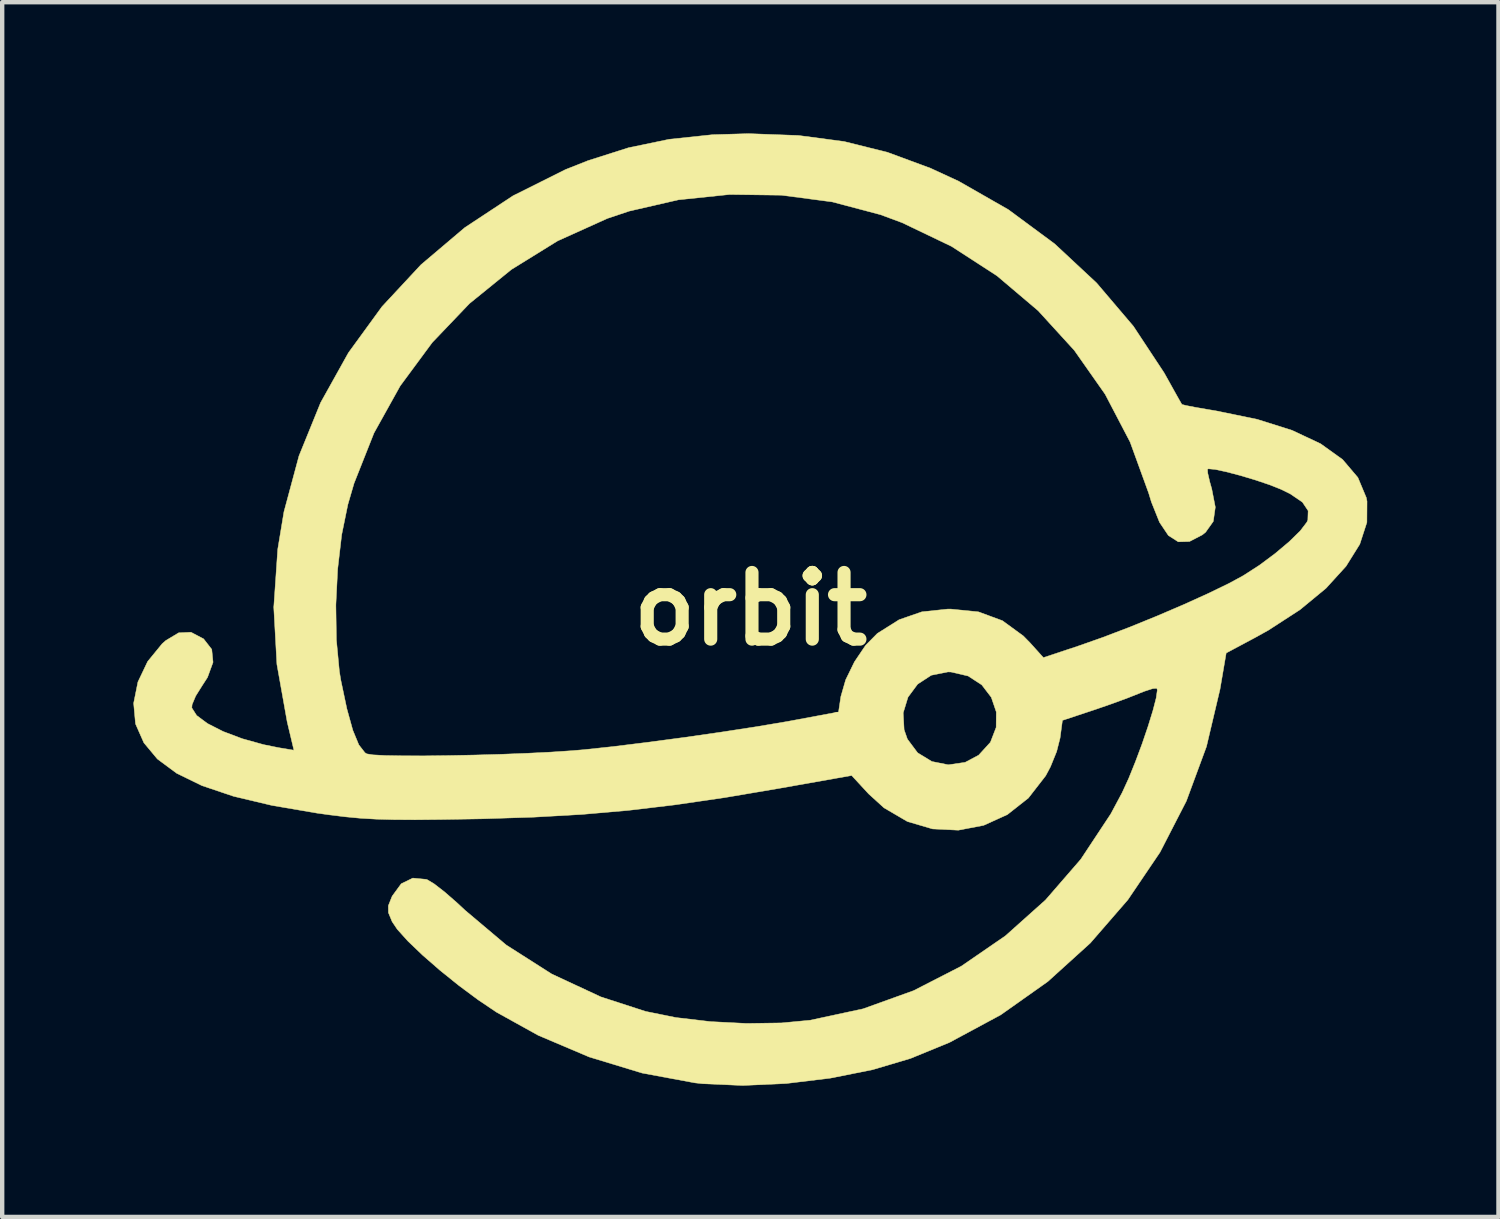
<source format=kicad_pcb>
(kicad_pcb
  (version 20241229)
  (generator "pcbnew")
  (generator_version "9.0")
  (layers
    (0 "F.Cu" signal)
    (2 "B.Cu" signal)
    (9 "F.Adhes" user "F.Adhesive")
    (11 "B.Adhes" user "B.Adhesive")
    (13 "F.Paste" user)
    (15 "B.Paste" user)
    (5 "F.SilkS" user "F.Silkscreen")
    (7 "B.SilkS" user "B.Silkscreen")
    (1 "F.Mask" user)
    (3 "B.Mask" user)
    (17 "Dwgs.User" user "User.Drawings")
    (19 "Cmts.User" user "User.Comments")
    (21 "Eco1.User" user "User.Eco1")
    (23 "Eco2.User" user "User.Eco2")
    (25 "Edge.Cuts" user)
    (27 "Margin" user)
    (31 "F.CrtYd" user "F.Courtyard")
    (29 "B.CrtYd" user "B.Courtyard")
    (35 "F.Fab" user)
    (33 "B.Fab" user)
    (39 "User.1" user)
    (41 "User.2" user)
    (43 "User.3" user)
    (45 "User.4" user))
  (footprint "orbit"
    (layer "F.Cu")
    (at 14.104 10.871)
    (property "Reference" "orbit" (at 0 0 0) (layer "F.SilkS") (effects (font (size 1.524 1.524) (thickness 0.3))))
    (attr through_hole)
    (fp_poly (pts (xy 1.1 -10.824) (xy 2.143 -10.686) (xy 3.134 -10.439) (xy 4.119 -10.075) (xy 4.76 -9.779) (xy 5.897 -9.129) (xy 6.955 -8.347) (xy 7.914 -7.453) (xy 8.755 -6.464) (xy 9.457 -5.4) (xy 9.524 -5.281) (xy 9.678 -5.004) (xy 9.797 -4.792) (xy 9.86 -4.683) (xy 9.864 -4.676) (xy 9.95 -4.653) (xy 10.165 -4.611) (xy 10.471 -4.558) (xy 10.649 -4.528) (xy 11.586 -4.335) (xy 12.382 -4.084) (xy 13.035 -3.777) (xy 13.538 -3.416) (xy 13.887 -3.005) (xy 14.079 -2.546) (xy 14.096 -2.462) (xy 14.093 -1.98) (xy 13.931 -1.481) (xy 13.616 -0.976) (xy 13.158 -0.473) (xy 12.564 0.017) (xy 11.841 0.486) (xy 11.531 0.658) (xy 10.877 1.007) (xy 10.735 1.837) (xy 10.426 3.145) (xy 9.966 4.391) (xy 9.364 5.562) (xy 8.629 6.648) (xy 7.771 7.637) (xy 6.798 8.518) (xy 5.722 9.279) (xy 4.55 9.91) (xy 3.66 10.275) (xy 2.791 10.533) (xy 1.824 10.726) (xy 0.818 10.848) (xy -0.173 10.893) (xy -1.089 10.853) (xy -1.27 10.833) (xy -2.476 10.609) (xy -3.686 10.241) (xy -4.85 9.747) (xy -5.807 9.216) (xy -6.227 8.933) (xy -6.667 8.606) (xy -7.099 8.258) (xy -7.496 7.912) (xy -7.83 7.592) (xy -8.073 7.322) (xy -8.19 7.148) (xy -8.275 6.942) (xy -8.277 6.785) (xy -8.197 6.583) (xy -8.186 6.56) (xy -7.982 6.281) (xy -7.717 6.152) (xy -7.41 6.181) (xy -7.387 6.189) (xy -7.229 6.284) (xy -6.989 6.47) (xy -6.707 6.716) (xy -6.519 6.891) (xy -5.581 7.682) (xy -4.541 8.345) (xy -3.418 8.868) (xy -2.394 9.2) (xy -1.703 9.34) (xy -0.912 9.433) (xy -0.086 9.475) (xy 0.711 9.463) (xy 1.367 9.401) (xy 2.575 9.141) (xy 3.731 8.725) (xy 4.821 8.166) (xy 5.83 7.472) (xy 6.746 6.653) (xy 7.553 5.722) (xy 8.238 4.686) (xy 8.499 4.198) (xy 8.648 3.873) (xy 8.803 3.489) (xy 8.955 3.082) (xy 9.091 2.682) (xy 9.202 2.322) (xy 9.276 2.036) (xy 9.302 1.856) (xy 9.292 1.813) (xy 9.198 1.82) (xy 9.004 1.883) (xy 8.881 1.932) (xy 8.619 2.036) (xy 8.265 2.166) (xy 7.887 2.297) (xy 7.821 2.319) (xy 7.133 2.547) (xy 7.079 2.951) (xy 7.001 3.259) (xy 6.859 3.609) (xy 6.751 3.812) (xy 6.355 4.322) (xy 5.874 4.701) (xy 5.331 4.947) (xy 4.753 5.057) (xy 4.164 5.028) (xy 3.589 4.859) (xy 3.054 4.546) (xy 2.704 4.228) (xy 2.315 3.807) (xy 0.651 4.102) (xy -0.594 4.313) (xy -1.727 4.478) (xy -2.797 4.605) (xy -3.855 4.697) (xy -4.949 4.759) (xy -6.13 4.797) (xy -6.35 4.801) (xy -7.077 4.813) (xy -7.666 4.819) (xy -8.147 4.816) (xy -8.553 4.805) (xy -8.914 4.784) (xy -9.262 4.751) (xy -9.627 4.706) (xy -9.906 4.667) (xy -10.941 4.49) (xy -11.816 4.282) (xy -12.539 4.038) (xy -13.116 3.756) (xy -13.556 3.43) (xy -13.865 3.059) (xy -14.051 2.638) (xy -14.057 2.616) (xy -14.099 2.154) (xy -14.001 1.668) (xy -13.779 1.201) (xy -13.449 0.797) (xy -13.366 0.723) (xy -13.07 0.545) (xy -12.788 0.532) (xy -12.5 0.683) (xy -12.5 0.683) (xy -12.313 0.923) (xy -12.284 1.218) (xy -12.41 1.563) (xy -12.537 1.76) (xy -12.681 1.99) (xy -12.763 2.186) (xy -12.769 2.261) (xy -12.659 2.434) (xy -12.41 2.619) (xy -12.052 2.801) (xy -11.614 2.966) (xy -11.125 3.102) (xy -10.784 3.171) (xy -10.435 3.229) (xy -10.589 2.582) (xy -10.824 1.265) (xy -10.896 -0.043) (xy -10.892 -0.091) (xy -9.476 -0.091) (xy -9.464 0.708) (xy -9.396 1.425) (xy -9.363 1.627) (xy -9.225 2.281) (xy -9.089 2.772) (xy -8.951 3.106) (xy -8.811 3.286) (xy -8.769 3.312) (xy -8.627 3.335) (xy -8.342 3.35) (xy -7.941 3.357) (xy -7.45 3.358) (xy -6.895 3.351) (xy -6.302 3.339) (xy -5.698 3.322) (xy -5.109 3.299) (xy -4.562 3.272) (xy -4.082 3.24) (xy -3.81 3.217) (xy -3.134 3.145) (xy -2.349 3.048) (xy -1.507 2.936) (xy -0.66 2.814) (xy 0.14 2.691) (xy 0.84 2.573) (xy 1.04 2.536) (xy 1.904 2.375) (xy 3.493 2.375) (xy 3.514 2.761) (xy 3.589 2.975) (xy 3.823 3.288) (xy 4.149 3.487) (xy 4.524 3.562) (xy 4.909 3.506) (xy 5.218 3.342) (xy 5.487 3.047) (xy 5.618 2.707) (xy 5.621 2.354) (xy 5.507 2.02) (xy 5.289 1.735) (xy 4.977 1.532) (xy 4.585 1.441) (xy 4.516 1.439) (xy 4.135 1.515) (xy 3.824 1.718) (xy 3.603 2.016) (xy 3.493 2.375) (xy 1.904 2.375) (xy 2.015 2.355) (xy 2.068 2.002) (xy 2.178 1.62) (xy 2.379 1.208) (xy 2.633 0.832) (xy 2.901 0.56) (xy 3.401 0.245) (xy 3.92 0.065) (xy 4.515 0.002) (xy 4.577 0.002) (xy 5.214 0.066) (xy 5.762 0.268) (xy 6.24 0.617) (xy 6.392 0.772) (xy 6.698 1.112) (xy 7.519 0.839) (xy 8.058 0.649) (xy 8.661 0.419) (xy 9.288 0.164) (xy 9.902 -0.099) (xy 10.467 -0.355) (xy 10.943 -0.586) (xy 11.267 -0.762) (xy 11.635 -0.999) (xy 11.996 -1.268) (xy 12.318 -1.539) (xy 12.571 -1.787) (xy 12.721 -1.984) (xy 12.743 -2.033) (xy 12.75 -2.246) (xy 12.619 -2.442) (xy 12.338 -2.633) (xy 12.128 -2.736) (xy 11.865 -2.84) (xy 11.542 -2.949) (xy 11.201 -3.051) (xy 10.881 -3.135) (xy 10.625 -3.19) (xy 10.472 -3.204) (xy 10.449 -3.196) (xy 10.455 -3.106) (xy 10.501 -2.906) (xy 10.546 -2.748) (xy 10.628 -2.327) (xy 10.582 -2.002) (xy 10.406 -1.754) (xy 10.331 -1.694) (xy 10.037 -1.542) (xy 9.781 -1.535) (xy 9.555 -1.68) (xy 9.353 -1.981) (xy 9.167 -2.445) (xy 9.104 -2.651) (xy 8.68 -3.817) (xy 8.11 -4.908) (xy 7.405 -5.912) (xy 6.577 -6.819) (xy 5.638 -7.615) (xy 4.598 -8.289) (xy 3.469 -8.83) (xy 2.973 -9.014) (xy 1.87 -9.306) (xy 0.709 -9.459) (xy -0.475 -9.475) (xy -1.647 -9.353) (xy -2.769 -9.095) (xy -3.268 -8.928) (xy -4.407 -8.414) (xy -5.462 -7.761) (xy -6.422 -6.982) (xy -7.273 -6.091) (xy -8.005 -5.1) (xy -8.605 -4.022) (xy -9.061 -2.871) (xy -9.202 -2.388) (xy -9.343 -1.698) (xy -9.435 -0.912) (xy -9.476 -0.091) (xy -10.892 -0.091) (xy -10.805 -1.364) (xy -10.663 -2.221) (xy -10.319 -3.5) (xy -9.825 -4.716) (xy -9.189 -5.857) (xy -8.421 -6.912) (xy -7.531 -7.869) (xy -6.529 -8.718) (xy -5.424 -9.447) (xy -4.227 -10.045) (xy -3.715 -10.248) (xy -2.789 -10.543) (xy -1.857 -10.737) (xy -0.865 -10.842) (xy -0.042 -10.866) (xy 1.1 -10.824)) (stroke (width 0.01) (type solid)) (fill yes) (layer "F.SilkS")))
  (gr_rect
    (start -3 -3)
    (end 31.205 24.769)
    (stroke (width 0.1) (type default))
    (fill no)
    (layer "Edge.Cuts")))
</source>
